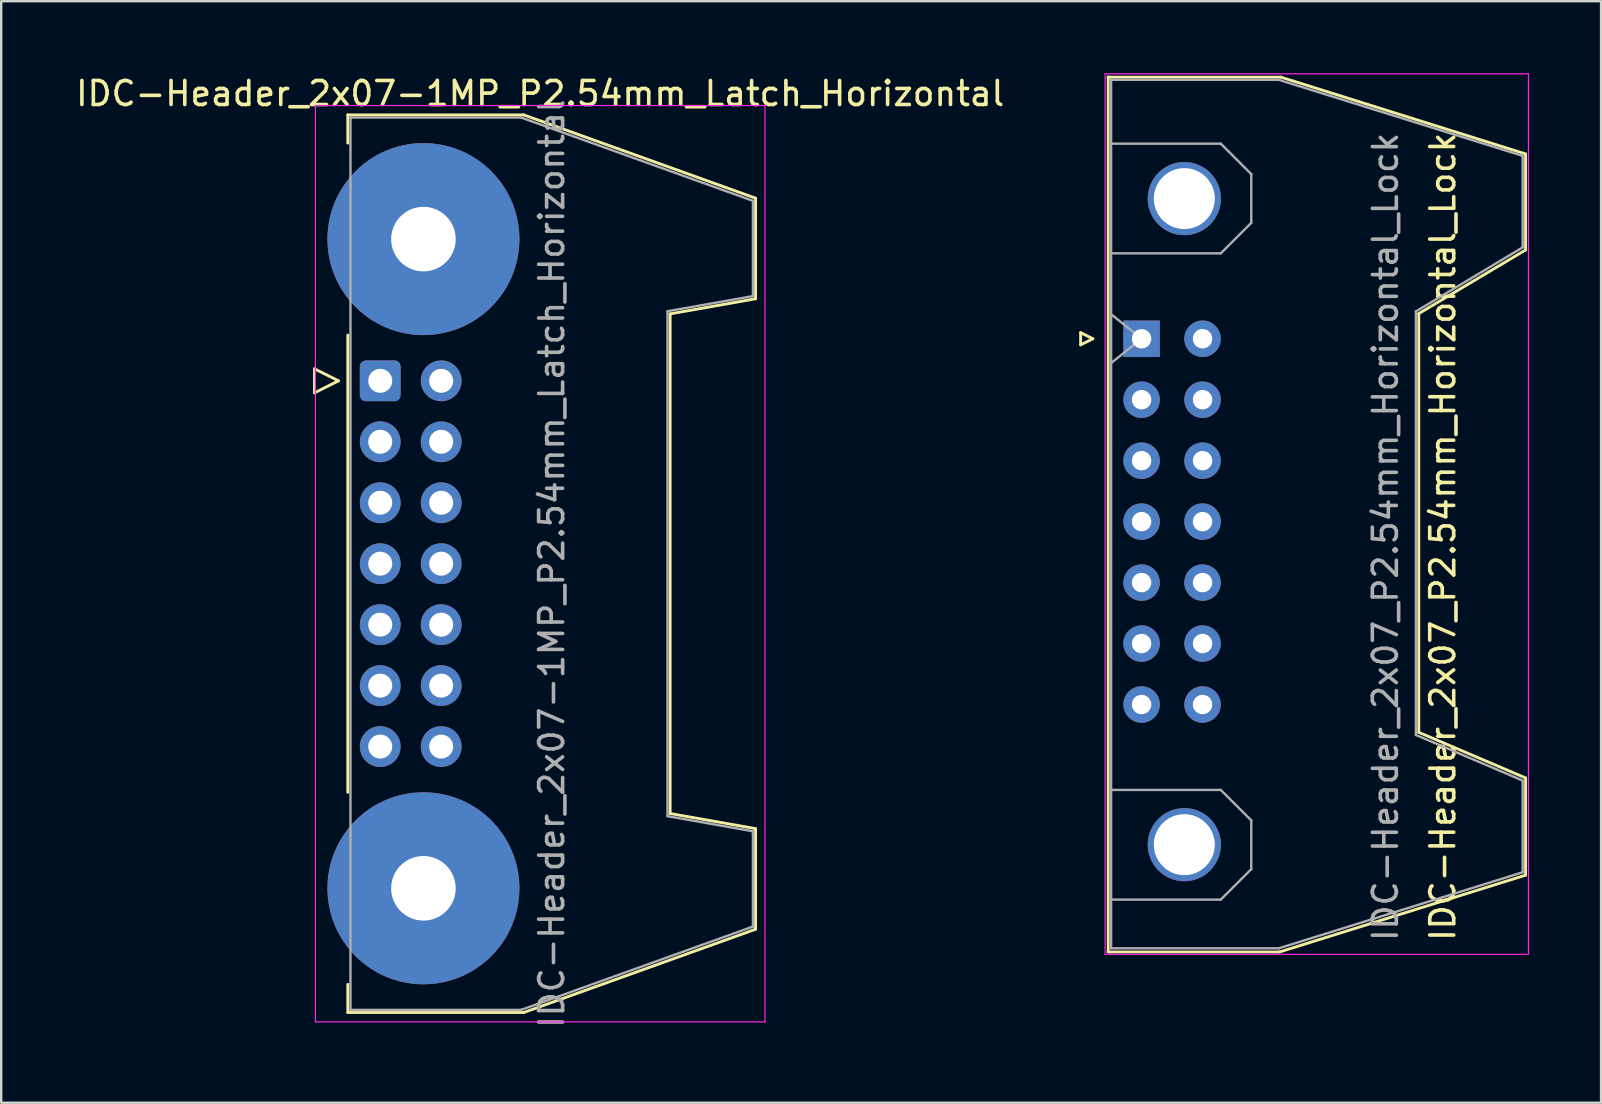
<source format=kicad_pcb>
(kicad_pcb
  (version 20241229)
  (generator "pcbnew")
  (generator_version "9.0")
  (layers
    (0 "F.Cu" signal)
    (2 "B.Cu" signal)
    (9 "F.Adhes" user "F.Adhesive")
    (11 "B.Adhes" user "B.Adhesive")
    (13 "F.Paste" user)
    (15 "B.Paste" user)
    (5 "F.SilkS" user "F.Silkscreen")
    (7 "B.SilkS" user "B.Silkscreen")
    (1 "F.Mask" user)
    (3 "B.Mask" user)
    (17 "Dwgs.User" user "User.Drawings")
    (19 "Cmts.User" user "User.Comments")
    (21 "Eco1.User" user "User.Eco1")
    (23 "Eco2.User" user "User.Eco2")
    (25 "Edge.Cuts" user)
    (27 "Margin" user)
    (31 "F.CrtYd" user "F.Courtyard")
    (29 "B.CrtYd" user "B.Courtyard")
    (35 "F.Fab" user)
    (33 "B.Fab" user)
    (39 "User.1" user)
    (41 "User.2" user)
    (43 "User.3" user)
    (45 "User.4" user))
  (footprint "IDC-Header_2x07_P2.54mm_Horizontal_Lock"
    (layer "F.Cu")
    (at 44.517 11.065)
    (property "Reference" "IDC-Header_2x07_P2.54mm_Horizontal_Lock" (at 12.55 8.25 90) (layer "F.SilkS") (effects (font (size 1 1) (thickness 0.15))))
    (attr through_hole)
    (fp_line (start -2.54 -0.254) (end -2.54 0.254) (stroke (width 0.12) (type solid)) (layer "F.SilkS"))
    (fp_line (start -2.54 0.254) (end -2.032 0) (stroke (width 0.12) (type solid)) (layer "F.SilkS"))
    (fp_line (start -2.032 0) (end -2.54 -0.254) (stroke (width 0.12) (type solid)) (layer "F.SilkS"))
    (fp_line (start -1.4 25.55) (end 5.75 25.55) (stroke (width 0.12) (type solid)) (layer "F.SilkS"))
    (fp_line (start -1.39 25.52) (end -1.39 -10.91) (stroke (width 0.12) (type solid)) (layer "F.SilkS"))
    (fp_line (start 5.75 25.55) (end 16 22.35) (stroke (width 0.12) (type solid)) (layer "F.SilkS"))
    (fp_line (start 5.8 -10.9) (end -1.4 -10.9) (stroke (width 0.12) (type solid)) (layer "F.SilkS"))
    (fp_line (start 11.55 -1.05) (end 16 -3.7) (stroke (width 0.12) (type solid)) (layer "F.SilkS"))
    (fp_line (start 11.55 16.4) (end 11.55 -1.05) (stroke (width 0.12) (type solid)) (layer "F.SilkS"))
    (fp_line (start 16 -7.7) (end 5.8 -10.9) (stroke (width 0.12) (type solid)) (layer "F.SilkS"))
    (fp_line (start 16 -3.7) (end 16 -7.7) (stroke (width 0.12) (type solid)) (layer "F.SilkS"))
    (fp_line (start 16 18.3) (end 11.55 16.4) (stroke (width 0.12) (type solid)) (layer "F.SilkS"))
    (fp_line (start 16 22.35) (end 16 18.3) (stroke (width 0.12) (type solid)) (layer "F.SilkS"))
    (fp_line (start -1.52 25.65) (end -1.52 -11.04) (stroke (width 0.05) (type solid)) (layer "F.CrtYd"))
    (fp_line (start -1.52 25.65) (end 16.12 25.65) (stroke (width 0.05) (type solid)) (layer "F.CrtYd"))
    (fp_line (start 16.12 -11.04) (end -1.52 -11.04) (stroke (width 0.05) (type solid)) (layer "F.CrtYd"))
    (fp_line (start 16.12 -11.04) (end 16.12 25.65) (stroke (width 0.05) (type solid)) (layer "F.CrtYd"))
    (fp_line (start -1.27 -10.79) (end 5.71 -10.79) (stroke (width 0.1) (type solid)) (layer "F.Fab"))
    (fp_line (start -1.27 -8.13) (end 3.3 -8.13) (stroke (width 0.1) (type solid)) (layer "F.Fab"))
    (fp_line (start -1.27 18.8) (end 3.3 18.8) (stroke (width 0.1) (type solid)) (layer "F.Fab"))
    (fp_line (start -1.27 25.4) (end -1.27 -10.79) (stroke (width 0.1) (type solid)) (layer "F.Fab"))
    (fp_line (start -1.27 25.4) (end 5.71 25.4) (stroke (width 0.1) (type solid)) (layer "F.Fab"))
    (fp_line (start -1.268 -1.02) (end 0 0) (stroke (width 0.1) (type solid)) (layer "F.Fab"))
    (fp_line (start 0 0) (end -1.268 1.01) (stroke (width 0.1) (type solid)) (layer "F.Fab"))
    (fp_line (start 3.3 -8.13) (end 4.57 -6.86) (stroke (width 0.1) (type solid)) (layer "F.Fab"))
    (fp_line (start 3.3 -3.56) (end -1.27 -3.56) (stroke (width 0.1) (type solid)) (layer "F.Fab"))
    (fp_line (start 3.3 18.8) (end 4.57 20.07) (stroke (width 0.1) (type solid)) (layer "F.Fab"))
    (fp_line (start 3.3 23.37) (end -1.27 23.37) (stroke (width 0.1) (type solid)) (layer "F.Fab"))
    (fp_line (start 4.57 -6.86) (end 4.57 -4.83) (stroke (width 0.1) (type solid)) (layer "F.Fab"))
    (fp_line (start 4.57 -4.83) (end 3.3 -3.56) (stroke (width 0.1) (type solid)) (layer "F.Fab"))
    (fp_line (start 4.57 20.07) (end 4.57 22.1) (stroke (width 0.1) (type solid)) (layer "F.Fab"))
    (fp_line (start 4.57 22.1) (end 3.3 23.37) (stroke (width 0.1) (type solid)) (layer "F.Fab"))
    (fp_line (start 5.71 -10.79) (end 15.88 -7.62) (stroke (width 0.1) (type solid)) (layer "F.Fab"))
    (fp_line (start 5.71 25.4) (end 15.88 22.23) (stroke (width 0.1) (type solid)) (layer "F.Fab"))
    (fp_line (start 11.43 16.51) (end 11.43 -1.14) (stroke (width 0.1) (type solid)) (layer "F.Fab"))
    (fp_line (start 15.88 -7.62) (end 15.88 -3.81) (stroke (width 0.1) (type solid)) (layer "F.Fab"))
    (fp_line (start 15.88 -3.81) (end 11.43 -1.14) (stroke (width 0.1) (type solid)) (layer "F.Fab"))
    (fp_line (start 15.88 18.41) (end 11.43 16.51) (stroke (width 0.1) (type solid)) (layer "F.Fab"))
    (fp_line (start 15.88 22.23) (end 15.88 18.41) (stroke (width 0.1) (type solid)) (layer "F.Fab"))
    (fp_text user "${REFERENCE}" (at 10.16 8.255 90) (layer "F.Fab") (effects (font (size 1 1) (thickness 0.15))))
    (pad "" thru_hole circle (at 1.78 -5.84 90) (size 3.05 3.05) (drill 2.54) (layers "*.Cu" "*.Mask"))
    (pad "" thru_hole circle (at 1.78 21.08 90) (size 3.05 3.05) (drill 2.54) (layers "*.Cu" "*.Mask"))
    (pad "1" thru_hole rect (at 0 0 90) (size 1.52 1.52) (drill 0.81) (layers "*.Cu" "*.Mask"))
    (pad "2" thru_hole circle (at 2.54 0 90) (size 1.52 1.52) (drill 0.81) (layers "*.Cu" "*.Mask"))
    (pad "3" thru_hole circle (at 0 2.54 90) (size 1.52 1.52) (drill 0.81) (layers "*.Cu" "*.Mask"))
    (pad "4" thru_hole circle (at 2.54 2.54 90) (size 1.52 1.52) (drill 0.81) (layers "*.Cu" "*.Mask"))
    (pad "5" thru_hole circle (at 0 5.08 90) (size 1.52 1.52) (drill 0.81) (layers "*.Cu" "*.Mask"))
    (pad "6" thru_hole circle (at 2.54 7.62 90) (size 1.52 1.52) (drill 0.81) (layers "*.Cu" "*.Mask"))
    (pad "7" thru_hole circle (at 0 7.62 90) (size 1.52 1.52) (drill 0.81) (layers "*.Cu" "*.Mask"))
    (pad "8" thru_hole circle (at 2.54 5.08 90) (size 1.52 1.52) (drill 0.81) (layers "*.Cu" "*.Mask"))
    (pad "9" thru_hole circle (at 0 10.16 90) (size 1.52 1.52) (drill 0.81) (layers "*.Cu" "*.Mask"))
    (pad "10" thru_hole circle (at 2.54 10.16 90) (size 1.52 1.52) (drill 0.81) (layers "*.Cu" "*.Mask"))
    (pad "11" thru_hole circle (at 0 12.7 90) (size 1.52 1.52) (drill 0.81) (layers "*.Cu" "*.Mask"))
    (pad "12" thru_hole circle (at 2.54 12.7 90) (size 1.52 1.52) (drill 0.81) (layers "*.Cu" "*.Mask"))
    (pad "13" thru_hole circle (at 0 15.24 90) (size 1.52 1.52) (drill 0.81) (layers "*.Cu" "*.Mask"))
    (pad "14" thru_hole circle (at 2.54 15.24 90) (size 1.52 1.52) (drill 0.81) (layers "*.Cu" "*.Mask")))
  (footprint "IDC-Header_2x07-1MP_P2.54mm_Latch_Horizontal"
    (layer "F.Cu")
    (at 12.793 12.818)
    (property "Reference" "IDC-Header_2x07-1MP_P2.54mm_Latch_Horizontal" (at 6.665 -11.97 0) (layer "F.SilkS") (effects (font (size 1 1) (thickness 0.15))))
    (attr through_hole)
    (fp_line (start -2.74 -0.5) (end -2.74 0.5) (stroke (width 0.12) (type solid)) (layer "F.SilkS"))
    (fp_line (start -2.74 0.5) (end -1.74 0) (stroke (width 0.12) (type solid)) (layer "F.SilkS"))
    (fp_line (start -1.74 0) (end -2.74 -0.5) (stroke (width 0.12) (type solid)) (layer "F.SilkS"))
    (fp_line (start -1.35 -11.08) (end -1.35 -9.905) (stroke (width 0.12) (type solid)) (layer "F.SilkS"))
    (fp_line (start -1.35 -11.08) (end 5.98 -11.08) (stroke (width 0.12) (type solid)) (layer "F.SilkS"))
    (fp_line (start -1.35 -1.905) (end -1.35 17.145) (stroke (width 0.12) (type solid)) (layer "F.SilkS"))
    (fp_line (start -1.35 25.145) (end -1.35 26.32) (stroke (width 0.12) (type solid)) (layer "F.SilkS"))
    (fp_line (start 5.98 -11.08) (end 15.64 -7.61) (stroke (width 0.12) (type solid)) (layer "F.SilkS"))
    (fp_line (start 5.98 26.32) (end -1.35 26.32) (stroke (width 0.12) (type solid)) (layer "F.SilkS"))
    (fp_line (start 12.08 -2.79) (end 12.08 18.03) (stroke (width 0.12) (type solid)) (layer "F.SilkS"))
    (fp_line (start 12.08 18.03) (end 15.64 18.66) (stroke (width 0.12) (type solid)) (layer "F.SilkS"))
    (fp_line (start 15.64 -7.61) (end 15.64 -3.42) (stroke (width 0.12) (type solid)) (layer "F.SilkS"))
    (fp_line (start 15.64 -3.42) (end 12.08 -2.79) (stroke (width 0.12) (type solid)) (layer "F.SilkS"))
    (fp_line (start 15.64 18.66) (end 15.64 22.85) (stroke (width 0.12) (type solid)) (layer "F.SilkS"))
    (fp_line (start 15.64 22.85) (end 5.98 26.32) (stroke (width 0.12) (type solid)) (layer "F.SilkS"))
    (fp_line (start -2.7 -11.47) (end -2.7 26.71) (stroke (width 0.05) (type solid)) (layer "F.CrtYd"))
    (fp_line (start -2.7 26.71) (end 16.03 26.71) (stroke (width 0.05) (type solid)) (layer "F.CrtYd"))
    (fp_line (start 16.03 -11.47) (end -2.7 -11.47) (stroke (width 0.05) (type solid)) (layer "F.CrtYd"))
    (fp_line (start 16.03 26.71) (end 16.03 -11.47) (stroke (width 0.05) (type solid)) (layer "F.CrtYd"))
    (fp_line (start -1.24 -10.97) (end 5.87 -10.97) (stroke (width 0.1) (type solid)) (layer "F.Fab"))
    (fp_line (start -1.24 26.21) (end -1.24 -10.97) (stroke (width 0.1) (type solid)) (layer "F.Fab"))
    (fp_line (start 5.87 -10.97) (end 15.53 -7.5) (stroke (width 0.1) (type solid)) (layer "F.Fab"))
    (fp_line (start 5.87 26.21) (end -1.24 26.21) (stroke (width 0.1) (type solid)) (layer "F.Fab"))
    (fp_line (start 11.97 -2.9) (end 11.97 18.14) (stroke (width 0.1) (type solid)) (layer "F.Fab"))
    (fp_line (start 11.97 18.14) (end 15.53 18.77) (stroke (width 0.1) (type solid)) (layer "F.Fab"))
    (fp_line (start 15.53 -7.5) (end 15.53 -3.53) (stroke (width 0.1) (type solid)) (layer "F.Fab"))
    (fp_line (start 15.53 -3.53) (end 11.97 -2.9) (stroke (width 0.1) (type solid)) (layer "F.Fab"))
    (fp_line (start 15.53 18.77) (end 15.53 22.74) (stroke (width 0.1) (type solid)) (layer "F.Fab"))
    (fp_line (start 15.53 22.74) (end 5.87 26.21) (stroke (width 0.1) (type solid)) (layer "F.Fab"))
    (fp_text user "${REFERENCE}" (at 7.145 7.62 90) (layer "F.Fab") (effects (font (size 1 1) (thickness 0.15))))
    (pad "1" thru_hole roundrect (at 0 0) (size 1.7 1.7) (drill 1) (layers "*.Cu" "*.Mask") (roundrect_rratio 0.147))
    (pad "2" thru_hole circle (at 2.54 0) (size 1.7 1.7) (drill 1) (layers "*.Cu" "*.Mask"))
    (pad "3" thru_hole circle (at 0 2.54) (size 1.7 1.7) (drill 1) (layers "*.Cu" "*.Mask"))
    (pad "4" thru_hole circle (at 2.54 2.54) (size 1.7 1.7) (drill 1) (layers "*.Cu" "*.Mask"))
    (pad "5" thru_hole circle (at 0 5.08) (size 1.7 1.7) (drill 1) (layers "*.Cu" "*.Mask"))
    (pad "6" thru_hole circle (at 2.54 5.08) (size 1.7 1.7) (drill 1) (layers "*.Cu" "*.Mask"))
    (pad "7" thru_hole circle (at 0 7.62) (size 1.7 1.7) (drill 1) (layers "*.Cu" "*.Mask"))
    (pad "8" thru_hole circle (at 2.54 7.62) (size 1.7 1.7) (drill 1) (layers "*.Cu" "*.Mask"))
    (pad "9" thru_hole circle (at 0 10.16) (size 1.7 1.7) (drill 1) (layers "*.Cu" "*.Mask"))
    (pad "10" thru_hole circle (at 2.54 10.16) (size 1.7 1.7) (drill 1) (layers "*.Cu" "*.Mask"))
    (pad "11" thru_hole circle (at 0 12.7) (size 1.7 1.7) (drill 1) (layers "*.Cu" "*.Mask"))
    (pad "12" thru_hole circle (at 2.54 12.7) (size 1.7 1.7) (drill 1) (layers "*.Cu" "*.Mask"))
    (pad "13" thru_hole circle (at 0 15.24) (size 1.7 1.7) (drill 1) (layers "*.Cu" "*.Mask"))
    (pad "14" thru_hole circle (at 2.54 15.24) (size 1.7 1.7) (drill 1) (layers "*.Cu" "*.Mask"))
    (pad "MP" thru_hole circle (at 1.8 -5.905) (size 8 8) (drill 2.69) (layers "*.Cu" "*.Mask"))
    (pad "MP" thru_hole circle (at 1.8 21.145) (size 8 8) (drill 2.69) (layers "*.Cu" "*.Mask")))
  (gr_rect
    (start -3 -3)
    (end 63.662 42.897)
    (stroke (width 0.1) (type default))
    (fill no)
    (layer "Edge.Cuts")))
</source>
